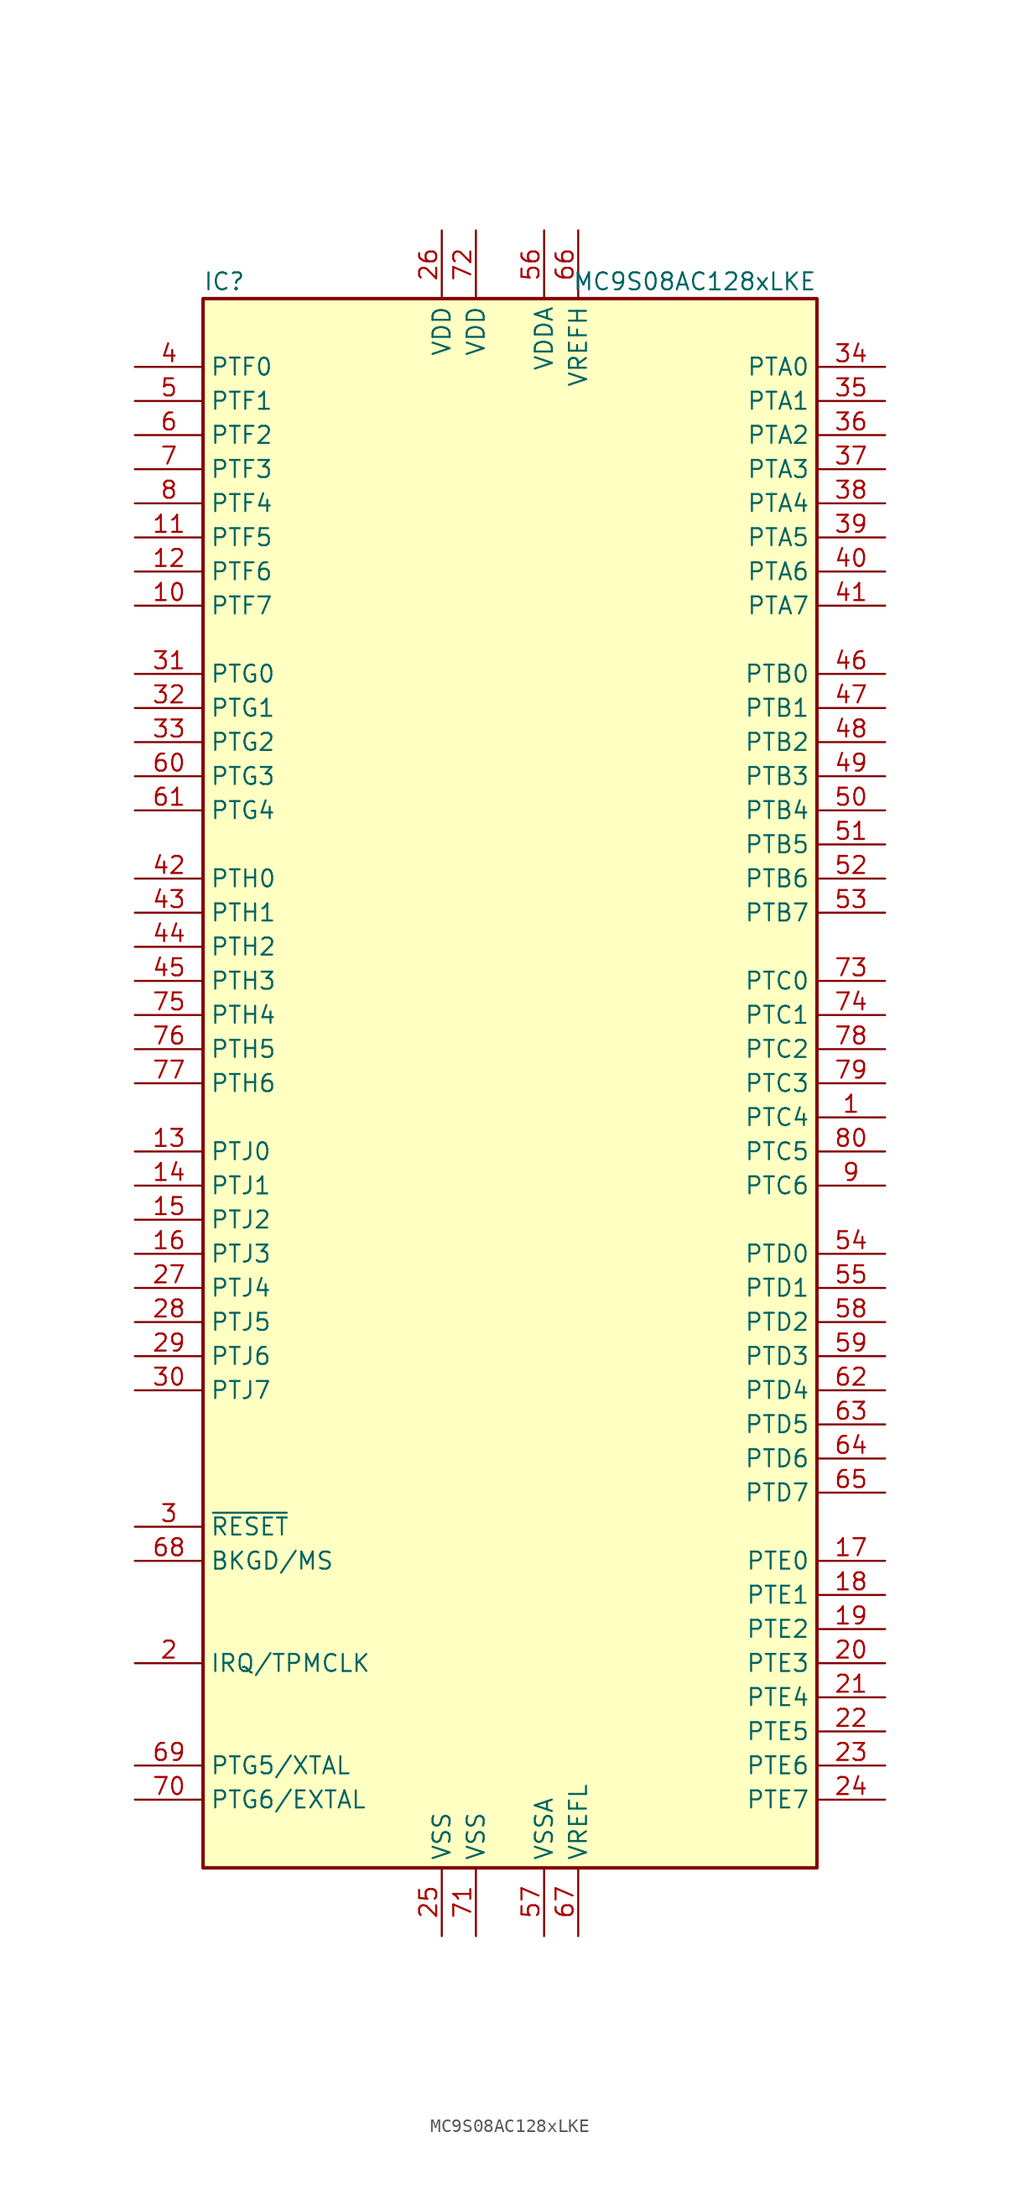
<source format=kicad_sym>
(kicad_symbol_lib
  (version 20241209)
  (generator "kicad_symbol_editor")
  (generator_version "9.0")
  (symbol "MC9S08AC128xLKE"
    (property "Reference" "IC"
      (at -22.86 59.69 0)
      (effects (font (size 1.27 1.27)) (justify left)))
    (property "Value" "MC9S08AC128xLKE"
      (at 22.86 59.69 0)
      (effects (font (size 1.27 1.27)) (justify right)))
    (symbol "MC9S08AC128xLKE_0_1"
      (rectangle (start -22.86 58.42) (end 22.86 -58.42) (stroke (width 0.254) (type default)) (fill (type background))))
    (symbol "MC9S08AC128xLKE_1_1"
      (pin bidirectional line (at -27.94 53.34 0) (length 5.08) (name "PTF0" (effects (font (size 1.27 1.27)))) (number "4" (effects (font (size 1.27 1.27)))))
      (pin bidirectional line (at -27.94 50.8 0) (length 5.08) (name "PTF1" (effects (font (size 1.27 1.27)))) (number "5" (effects (font (size 1.27 1.27)))))
      (pin bidirectional line (at -27.94 48.26 0) (length 5.08) (name "PTF2" (effects (font (size 1.27 1.27)))) (number "6" (effects (font (size 1.27 1.27)))))
      (pin bidirectional line (at -27.94 45.72 0) (length 5.08) (name "PTF3" (effects (font (size 1.27 1.27)))) (number "7" (effects (font (size 1.27 1.27)))))
      (pin bidirectional line (at -27.94 43.18 0) (length 5.08) (name "PTF4" (effects (font (size 1.27 1.27)))) (number "8" (effects (font (size 1.27 1.27)))))
      (pin bidirectional line (at -27.94 40.64 0) (length 5.08) (name "PTF5" (effects (font (size 1.27 1.27)))) (number "11" (effects (font (size 1.27 1.27)))))
      (pin bidirectional line (at -27.94 38.1 0) (length 5.08) (name "PTF6" (effects (font (size 1.27 1.27)))) (number "12" (effects (font (size 1.27 1.27)))))
      (pin bidirectional line (at -27.94 35.56 0) (length 5.08) (name "PTF7" (effects (font (size 1.27 1.27)))) (number "10" (effects (font (size 1.27 1.27)))))
      (pin bidirectional line (at -27.94 30.48 0) (length 5.08) (name "PTG0" (effects (font (size 1.27 1.27)))) (number "31" (effects (font (size 1.27 1.27)))))
      (pin bidirectional line (at -27.94 27.94 0) (length 5.08) (name "PTG1" (effects (font (size 1.27 1.27)))) (number "32" (effects (font (size 1.27 1.27)))))
      (pin bidirectional line (at -27.94 25.4 0) (length 5.08) (name "PTG2" (effects (font (size 1.27 1.27)))) (number "33" (effects (font (size 1.27 1.27)))))
      (pin bidirectional line (at -27.94 22.86 0) (length 5.08) (name "PTG3" (effects (font (size 1.27 1.27)))) (number "60" (effects (font (size 1.27 1.27)))))
      (pin bidirectional line (at -27.94 20.32 0) (length 5.08) (name "PTG4" (effects (font (size 1.27 1.27)))) (number "61" (effects (font (size 1.27 1.27)))))
      (pin bidirectional line (at -27.94 15.24 0) (length 5.08) (name "PTH0" (effects (font (size 1.27 1.27)))) (number "42" (effects (font (size 1.27 1.27)))))
      (pin bidirectional line (at -27.94 12.7 0) (length 5.08) (name "PTH1" (effects (font (size 1.27 1.27)))) (number "43" (effects (font (size 1.27 1.27)))))
      (pin bidirectional line (at -27.94 10.16 0) (length 5.08) (name "PTH2" (effects (font (size 1.27 1.27)))) (number "44" (effects (font (size 1.27 1.27)))))
      (pin bidirectional line (at -27.94 7.62 0) (length 5.08) (name "PTH3" (effects (font (size 1.27 1.27)))) (number "45" (effects (font (size 1.27 1.27)))))
      (pin bidirectional line (at -27.94 5.08 0) (length 5.08) (name "PTH4" (effects (font (size 1.27 1.27)))) (number "75" (effects (font (size 1.27 1.27)))))
      (pin bidirectional line (at -27.94 2.54 0) (length 5.08) (name "PTH5" (effects (font (size 1.27 1.27)))) (number "76" (effects (font (size 1.27 1.27)))))
      (pin bidirectional line (at -27.94 0 0) (length 5.08) (name "PTH6" (effects (font (size 1.27 1.27)))) (number "77" (effects (font (size 1.27 1.27)))))
      (pin bidirectional line (at -27.94 -5.08 0) (length 5.08) (name "PTJ0" (effects (font (size 1.27 1.27)))) (number "13" (effects (font (size 1.27 1.27)))))
      (pin bidirectional line (at -27.94 -7.62 0) (length 5.08) (name "PTJ1" (effects (font (size 1.27 1.27)))) (number "14" (effects (font (size 1.27 1.27)))))
      (pin bidirectional line (at -27.94 -10.16 0) (length 5.08) (name "PTJ2" (effects (font (size 1.27 1.27)))) (number "15" (effects (font (size 1.27 1.27)))))
      (pin bidirectional line (at -27.94 -12.7 0) (length 5.08) (name "PTJ3" (effects (font (size 1.27 1.27)))) (number "16" (effects (font (size 1.27 1.27)))))
      (pin bidirectional line (at -27.94 -15.24 0) (length 5.08) (name "PTJ4" (effects (font (size 1.27 1.27)))) (number "27" (effects (font (size 1.27 1.27)))))
      (pin bidirectional line (at -27.94 -17.78 0) (length 5.08) (name "PTJ5" (effects (font (size 1.27 1.27)))) (number "28" (effects (font (size 1.27 1.27)))))
      (pin bidirectional line (at -27.94 -20.32 0) (length 5.08) (name "PTJ6" (effects (font (size 1.27 1.27)))) (number "29" (effects (font (size 1.27 1.27)))))
      (pin bidirectional line (at -27.94 -22.86 0) (length 5.08) (name "PTJ7" (effects (font (size 1.27 1.27)))) (number "30" (effects (font (size 1.27 1.27)))))
      (pin input line (at -27.94 -33.02 0) (length 5.08) (name "~{RESET}" (effects (font (size 1.27 1.27)))) (number "3" (effects (font (size 1.27 1.27)))))
      (pin bidirectional line (at -27.94 -35.56 0) (length 5.08) (name "BKGD/MS" (effects (font (size 1.27 1.27)))) (number "68" (effects (font (size 1.27 1.27)))))
      (pin input line (at -27.94 -43.18 0) (length 5.08) (name "IRQ/TPMCLK" (effects (font (size 1.27 1.27)))) (number "2" (effects (font (size 1.27 1.27)))))
      (pin bidirectional line (at -27.94 -50.8 0) (length 5.08) (name "PTG5/XTAL" (effects (font (size 1.27 1.27)))) (number "69" (effects (font (size 1.27 1.27)))))
      (pin bidirectional line (at -27.94 -53.34 0) (length 5.08) (name "PTG6/EXTAL" (effects (font (size 1.27 1.27)))) (number "70" (effects (font (size 1.27 1.27)))))
      (pin power_in line (at -5.08 63.5 270) (length 5.08) (name "VDD" (effects (font (size 1.27 1.27)))) (number "26" (effects (font (size 1.27 1.27)))))
      (pin power_in line (at -5.08 -63.5 90) (length 5.08) (name "VSS" (effects (font (size 1.27 1.27)))) (number "25" (effects (font (size 1.27 1.27)))))
      (pin power_in line (at -2.54 63.5 270) (length 5.08) (name "VDD" (effects (font (size 1.27 1.27)))) (number "72" (effects (font (size 1.27 1.27)))))
      (pin power_in line (at -2.54 -63.5 90) (length 5.08) (name "VSS" (effects (font (size 1.27 1.27)))) (number "71" (effects (font (size 1.27 1.27)))))
      (pin power_in line (at 2.54 63.5 270) (length 5.08) (name "VDDA" (effects (font (size 1.27 1.27)))) (number "56" (effects (font (size 1.27 1.27)))))
      (pin power_in line (at 2.54 -63.5 90) (length 5.08) (name "VSSA" (effects (font (size 1.27 1.27)))) (number "57" (effects (font (size 1.27 1.27)))))
      (pin power_in line (at 5.08 63.5 270) (length 5.08) (name "VREFH" (effects (font (size 1.27 1.27)))) (number "66" (effects (font (size 1.27 1.27)))))
      (pin power_in line (at 5.08 -63.5 90) (length 5.08) (name "VREFL" (effects (font (size 1.27 1.27)))) (number "67" (effects (font (size 1.27 1.27)))))
      (pin bidirectional line (at 27.94 53.34 180) (length 5.08) (name "PTA0" (effects (font (size 1.27 1.27)))) (number "34" (effects (font (size 1.27 1.27)))))
      (pin bidirectional line (at 27.94 50.8 180) (length 5.08) (name "PTA1" (effects (font (size 1.27 1.27)))) (number "35" (effects (font (size 1.27 1.27)))))
      (pin bidirectional line (at 27.94 48.26 180) (length 5.08) (name "PTA2" (effects (font (size 1.27 1.27)))) (number "36" (effects (font (size 1.27 1.27)))))
      (pin bidirectional line (at 27.94 45.72 180) (length 5.08) (name "PTA3" (effects (font (size 1.27 1.27)))) (number "37" (effects (font (size 1.27 1.27)))))
      (pin bidirectional line (at 27.94 43.18 180) (length 5.08) (name "PTA4" (effects (font (size 1.27 1.27)))) (number "38" (effects (font (size 1.27 1.27)))))
      (pin bidirectional line (at 27.94 40.64 180) (length 5.08) (name "PTA5" (effects (font (size 1.27 1.27)))) (number "39" (effects (font (size 1.27 1.27)))))
      (pin bidirectional line (at 27.94 38.1 180) (length 5.08) (name "PTA6" (effects (font (size 1.27 1.27)))) (number "40" (effects (font (size 1.27 1.27)))))
      (pin bidirectional line (at 27.94 35.56 180) (length 5.08) (name "PTA7" (effects (font (size 1.27 1.27)))) (number "41" (effects (font (size 1.27 1.27)))))
      (pin bidirectional line (at 27.94 30.48 180) (length 5.08) (name "PTB0" (effects (font (size 1.27 1.27)))) (number "46" (effects (font (size 1.27 1.27)))))
      (pin bidirectional line (at 27.94 27.94 180) (length 5.08) (name "PTB1" (effects (font (size 1.27 1.27)))) (number "47" (effects (font (size 1.27 1.27)))))
      (pin bidirectional line (at 27.94 25.4 180) (length 5.08) (name "PTB2" (effects (font (size 1.27 1.27)))) (number "48" (effects (font (size 1.27 1.27)))))
      (pin bidirectional line (at 27.94 22.86 180) (length 5.08) (name "PTB3" (effects (font (size 1.27 1.27)))) (number "49" (effects (font (size 1.27 1.27)))))
      (pin bidirectional line (at 27.94 20.32 180) (length 5.08) (name "PTB4" (effects (font (size 1.27 1.27)))) (number "50" (effects (font (size 1.27 1.27)))))
      (pin bidirectional line (at 27.94 17.78 180) (length 5.08) (name "PTB5" (effects (font (size 1.27 1.27)))) (number "51" (effects (font (size 1.27 1.27)))))
      (pin bidirectional line (at 27.94 15.24 180) (length 5.08) (name "PTB6" (effects (font (size 1.27 1.27)))) (number "52" (effects (font (size 1.27 1.27)))))
      (pin bidirectional line (at 27.94 12.7 180) (length 5.08) (name "PTB7" (effects (font (size 1.27 1.27)))) (number "53" (effects (font (size 1.27 1.27)))))
      (pin bidirectional line (at 27.94 7.62 180) (length 5.08) (name "PTC0" (effects (font (size 1.27 1.27)))) (number "73" (effects (font (size 1.27 1.27)))))
      (pin bidirectional line (at 27.94 5.08 180) (length 5.08) (name "PTC1" (effects (font (size 1.27 1.27)))) (number "74" (effects (font (size 1.27 1.27)))))
      (pin bidirectional line (at 27.94 2.54 180) (length 5.08) (name "PTC2" (effects (font (size 1.27 1.27)))) (number "78" (effects (font (size 1.27 1.27)))))
      (pin bidirectional line (at 27.94 0 180) (length 5.08) (name "PTC3" (effects (font (size 1.27 1.27)))) (number "79" (effects (font (size 1.27 1.27)))))
      (pin bidirectional line (at 27.94 -2.54 180) (length 5.08) (name "PTC4" (effects (font (size 1.27 1.27)))) (number "1" (effects (font (size 1.27 1.27)))))
      (pin bidirectional line (at 27.94 -5.08 180) (length 5.08) (name "PTC5" (effects (font (size 1.27 1.27)))) (number "80" (effects (font (size 1.27 1.27)))))
      (pin bidirectional line (at 27.94 -7.62 180) (length 5.08) (name "PTC6" (effects (font (size 1.27 1.27)))) (number "9" (effects (font (size 1.27 1.27)))))
      (pin bidirectional line (at 27.94 -12.7 180) (length 5.08) (name "PTD0" (effects (font (size 1.27 1.27)))) (number "54" (effects (font (size 1.27 1.27)))))
      (pin bidirectional line (at 27.94 -15.24 180) (length 5.08) (name "PTD1" (effects (font (size 1.27 1.27)))) (number "55" (effects (font (size 1.27 1.27)))))
      (pin bidirectional line (at 27.94 -17.78 180) (length 5.08) (name "PTD2" (effects (font (size 1.27 1.27)))) (number "58" (effects (font (size 1.27 1.27)))))
      (pin bidirectional line (at 27.94 -20.32 180) (length 5.08) (name "PTD3" (effects (font (size 1.27 1.27)))) (number "59" (effects (font (size 1.27 1.27)))))
      (pin bidirectional line (at 27.94 -22.86 180) (length 5.08) (name "PTD4" (effects (font (size 1.27 1.27)))) (number "62" (effects (font (size 1.27 1.27)))))
      (pin bidirectional line (at 27.94 -25.4 180) (length 5.08) (name "PTD5" (effects (font (size 1.27 1.27)))) (number "63" (effects (font (size 1.27 1.27)))))
      (pin bidirectional line (at 27.94 -27.94 180) (length 5.08) (name "PTD6" (effects (font (size 1.27 1.27)))) (number "64" (effects (font (size 1.27 1.27)))))
      (pin bidirectional line (at 27.94 -30.48 180) (length 5.08) (name "PTD7" (effects (font (size 1.27 1.27)))) (number "65" (effects (font (size 1.27 1.27)))))
      (pin bidirectional line (at 27.94 -35.56 180) (length 5.08) (name "PTE0" (effects (font (size 1.27 1.27)))) (number "17" (effects (font (size 1.27 1.27)))))
      (pin bidirectional line (at 27.94 -38.1 180) (length 5.08) (name "PTE1" (effects (font (size 1.27 1.27)))) (number "18" (effects (font (size 1.27 1.27)))))
      (pin bidirectional line (at 27.94 -40.64 180) (length 5.08) (name "PTE2" (effects (font (size 1.27 1.27)))) (number "19" (effects (font (size 1.27 1.27)))))
      (pin bidirectional line (at 27.94 -43.18 180) (length 5.08) (name "PTE3" (effects (font (size 1.27 1.27)))) (number "20" (effects (font (size 1.27 1.27)))))
      (pin bidirectional line (at 27.94 -45.72 180) (length 5.08) (name "PTE4" (effects (font (size 1.27 1.27)))) (number "21" (effects (font (size 1.27 1.27)))))
      (pin bidirectional line (at 27.94 -48.26 180) (length 5.08) (name "PTE5" (effects (font (size 1.27 1.27)))) (number "22" (effects (font (size 1.27 1.27)))))
      (pin bidirectional line (at 27.94 -50.8 180) (length 5.08) (name "PTE6" (effects (font (size 1.27 1.27)))) (number "23" (effects (font (size 1.27 1.27)))))
      (pin bidirectional line (at 27.94 -53.34 180) (length 5.08) (name "PTE7" (effects (font (size 1.27 1.27)))) (number "24" (effects (font (size 1.27 1.27))))))))
</source>
